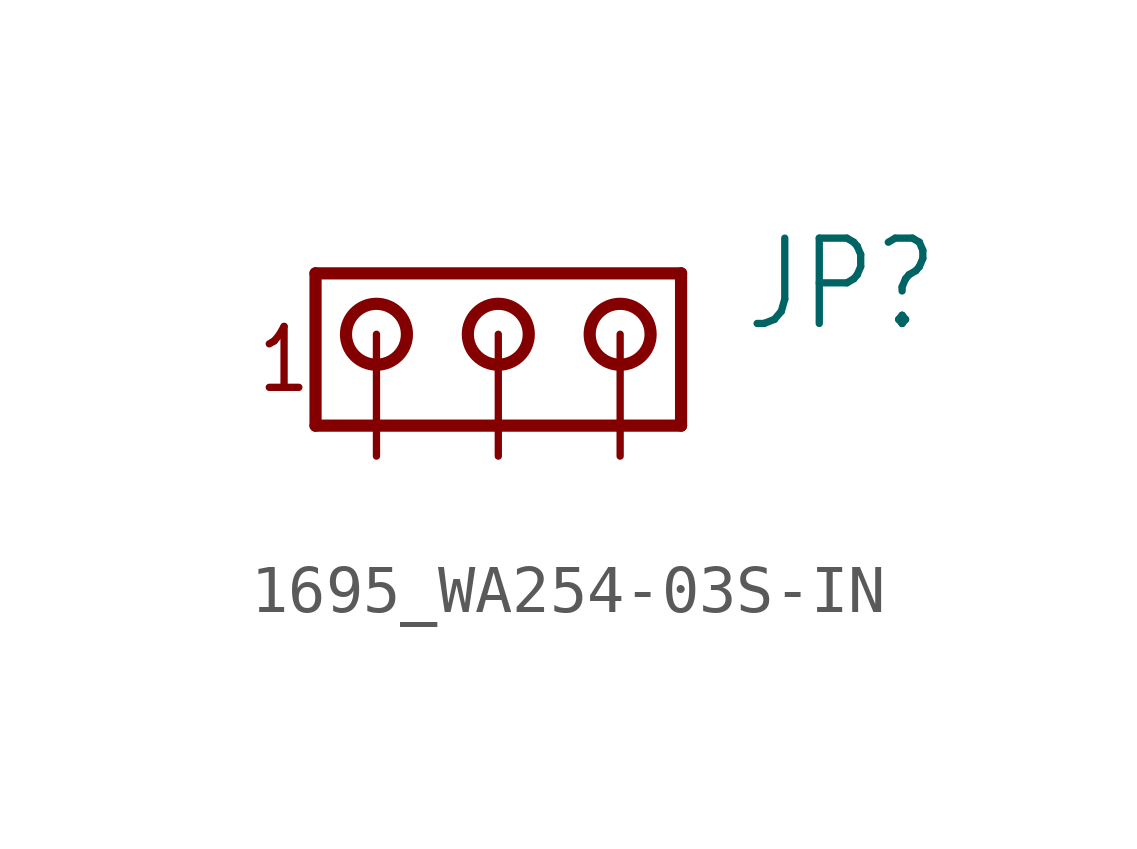
<source format=kicad_sym>
(kicad_symbol_lib
  (version 20241209)
  (generator "kicad_symbol_editor")
  (generator_version "9.0")
  (symbol "1695_WA254-03S-IN"
    (property "Reference" "JP"
      (at 5.08 0 0)
      (effects (font (size 1.778 1.511)) (justify left bottom)))
    (property "Value" ""
      (at 5.08 -3.81 0)
      (effects (font (size 1.778 1.511)) (justify left bottom)))
    (property "ki_locked" ""
      (at 0 0 0)
      (effects (font (size 1.27 1.27))))
    (symbol "1695_WA254-03S-IN_1_0"
      (polyline (pts (xy -3.81 1.27) (xy -3.81 -1.905)) (stroke (width 0.254) (type solid)) (fill (type none)))
      (polyline (pts (xy -3.81 1.27) (xy 3.81 1.27)) (stroke (width 0.254) (type solid)) (fill (type none)))
      (circle (center -2.54 0) (radius 0.635) (stroke (width 0.254) (type solid)) (fill (type none)))
      (circle (center 0 0) (radius 0.635) (stroke (width 0.254) (type solid)) (fill (type none)))
      (circle (center 2.54 0) (radius 0.635) (stroke (width 0.254) (type solid)) (fill (type none)))
      (polyline (pts (xy 3.81 -1.905) (xy -3.81 -1.905)) (stroke (width 0.254) (type solid)) (fill (type none)))
      (polyline (pts (xy 3.81 -1.905) (xy 3.81 1.27)) (stroke (width 0.254) (type solid)) (fill (type none)))
      (text "1" (at -5.08 -1.27 0) (effects (font (size 1.27 1.079)) (justify left bottom)))
      (pin passive line (at -2.54 -2.54 90) (length 2.54) (name "1" (effects (font (size 0 0)))) (number "1" (effects (font (size 0 0)))))
      (pin passive line (at 0 -2.54 90) (length 2.54) (name "2" (effects (font (size 0 0)))) (number "2" (effects (font (size 0 0)))))
      (pin passive line (at 2.54 -2.54 90) (length 2.54) (name "3" (effects (font (size 0 0)))) (number "3" (effects (font (size 0 0))))))))
</source>
